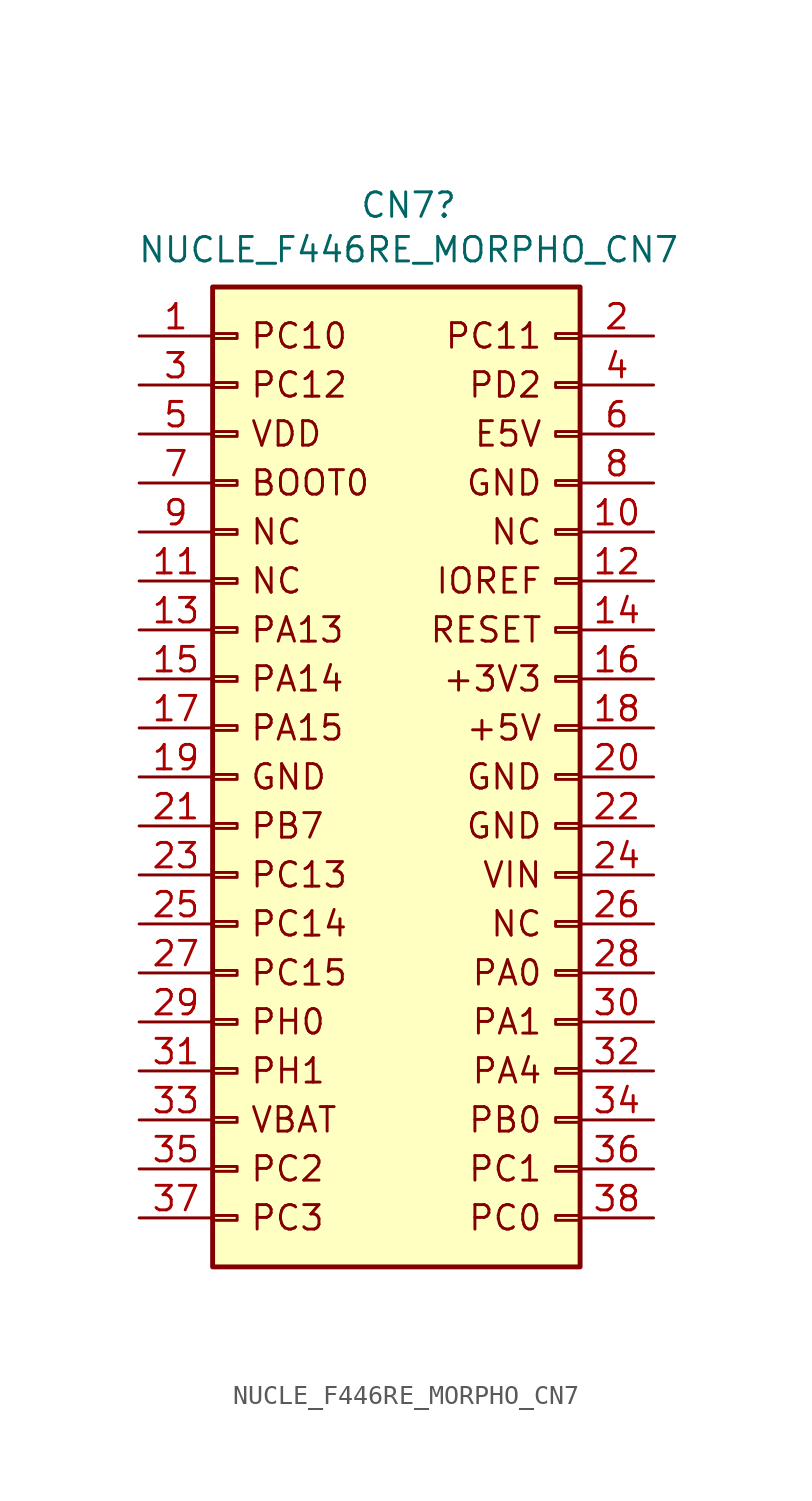
<source format=kicad_sym>
(kicad_symbol_lib
  (version 20211014)
  (generator kicad_symbol_editor)
  (symbol "NUCLE_F446RE_MORPHO_CN7"
    (pin_names
      (offset 1.016) hide)
    (property "Reference" "CN7"
      (at 0 29.642 0)
      (effects (font (size 1.27 1.27))))
    (property "Value" "NUCLE_F446RE_MORPHO_CN7"
      (at 0 27.33 0)
      (effects (font (size 1.27 1.27))))
    (symbol "NUCLE_F446RE_MORPHO_CN7_0_0"
      (text "+3V3" (at 6.985 5.08 0) (effects (font (size 1.27 1.27)) (justify right)))
      (text "+5V" (at 6.985 2.54 0) (effects (font (size 1.27 1.27)) (justify right)))
      (text "BOOT0" (at -8.255 15.24 0) (effects (font (size 1.27 1.27)) (justify left)))
      (text "E5V" (at 6.985 17.78 0) (effects (font (size 1.27 1.27)) (justify right)))
      (text "GND" (at -8.255 0 0) (effects (font (size 1.27 1.27)) (justify left)))
      (text "GND" (at 6.985 -2.54 0) (effects (font (size 1.27 1.27)) (justify right)))
      (text "GND" (at 6.985 0 0) (effects (font (size 1.27 1.27)) (justify right)))
      (text "GND" (at 6.985 15.24 0) (effects (font (size 1.27 1.27)) (justify right)))
      (text "IOREF" (at 6.985 10.16 0) (effects (font (size 1.27 1.27)) (justify right)))
      (text "NC" (at -8.255 10.16 0) (effects (font (size 1.27 1.27)) (justify left)))
      (text "NC" (at -8.255 12.7 0) (effects (font (size 1.27 1.27)) (justify left)))
      (text "NC" (at 6.985 -7.62 0) (effects (font (size 1.27 1.27)) (justify right)))
      (text "NC" (at 6.985 12.7 0) (effects (font (size 1.27 1.27)) (justify right)))
      (text "PA0" (at 6.985 -10.16 0) (effects (font (size 1.27 1.27)) (justify right)))
      (text "PA1" (at 6.985 -12.7 0) (effects (font (size 1.27 1.27)) (justify right)))
      (text "PA13" (at -8.255 7.62 0) (effects (font (size 1.27 1.27)) (justify left)))
      (text "PA14" (at -8.255 5.08 0) (effects (font (size 1.27 1.27)) (justify left)))
      (text "PA15" (at -8.255 2.54 0) (effects (font (size 1.27 1.27)) (justify left)))
      (text "PA4" (at 6.985 -15.24 0) (effects (font (size 1.27 1.27)) (justify right)))
      (text "PB0" (at 6.985 -17.78 0) (effects (font (size 1.27 1.27)) (justify right)))
      (text "PB7" (at -8.255 -2.54 0) (effects (font (size 1.27 1.27)) (justify left)))
      (text "PC0" (at 6.985 -22.86 0) (effects (font (size 1.27 1.27)) (justify right)))
      (text "PC1" (at 6.985 -20.32 0) (effects (font (size 1.27 1.27)) (justify right)))
      (text "PC10" (at -8.255 22.86 0) (effects (font (size 1.27 1.27)) (justify left)))
      (text "PC11" (at 6.985 22.86 0) (effects (font (size 1.27 1.27)) (justify right)))
      (text "PC12" (at -8.255 20.32 0) (effects (font (size 1.27 1.27)) (justify left)))
      (text "PC13" (at -8.255 -5.08 0) (effects (font (size 1.27 1.27)) (justify left)))
      (text "PC14" (at -8.255 -7.62 0) (effects (font (size 1.27 1.27)) (justify left)))
      (text "PC15" (at -8.255 -10.16 0) (effects (font (size 1.27 1.27)) (justify left)))
      (text "PC2" (at -8.255 -20.32 0) (effects (font (size 1.27 1.27)) (justify left)))
      (text "PC3" (at -8.255 -22.86 0) (effects (font (size 1.27 1.27)) (justify left)))
      (text "PD2" (at 6.985 20.32 0) (effects (font (size 1.27 1.27)) (justify right)))
      (text "PH0" (at -8.255 -12.7 0) (effects (font (size 1.27 1.27)) (justify left)))
      (text "PH1" (at -8.255 -15.24 0) (effects (font (size 1.27 1.27)) (justify left)))
      (text "RESET" (at 6.985 7.62 0) (effects (font (size 1.27 1.27)) (justify right)))
      (text "VBAT" (at -8.255 -17.78 0) (effects (font (size 1.27 1.27)) (justify left)))
      (text "VDD" (at -8.255 17.78 0) (effects (font (size 1.27 1.27)) (justify left)))
      (text "VIN" (at 6.985 -5.08 0) (effects (font (size 1.27 1.27)) (justify right))))
    (symbol "NUCLE_F446RE_MORPHO_CN7_1_1"
      (rectangle (start -10.16 -22.733) (end -8.89 -22.987) (stroke (width 0.152) (type default) (color 0 0 0 0)) (fill (type none)))
      (rectangle (start -10.16 -20.193) (end -8.89 -20.447) (stroke (width 0.152) (type default) (color 0 0 0 0)) (fill (type none)))
      (rectangle (start -10.16 -17.653) (end -8.89 -17.907) (stroke (width 0.152) (type default) (color 0 0 0 0)) (fill (type none)))
      (rectangle (start -10.16 -15.113) (end -8.89 -15.367) (stroke (width 0.152) (type default) (color 0 0 0 0)) (fill (type none)))
      (rectangle (start -10.16 -12.573) (end -8.89 -12.827) (stroke (width 0.152) (type default) (color 0 0 0 0)) (fill (type none)))
      (rectangle (start -10.16 -10.033) (end -8.89 -10.287) (stroke (width 0.152) (type default) (color 0 0 0 0)) (fill (type none)))
      (rectangle (start -10.16 -7.493) (end -8.89 -7.747) (stroke (width 0.152) (type default) (color 0 0 0 0)) (fill (type none)))
      (rectangle (start -10.16 -4.953) (end -8.89 -5.207) (stroke (width 0.152) (type default) (color 0 0 0 0)) (fill (type none)))
      (rectangle (start -10.16 -2.413) (end -8.89 -2.667) (stroke (width 0.152) (type default) (color 0 0 0 0)) (fill (type none)))
      (rectangle (start -10.16 0.127) (end -8.89 -0.127) (stroke (width 0.152) (type default) (color 0 0 0 0)) (fill (type none)))
      (rectangle (start -10.16 2.667) (end -8.89 2.413) (stroke (width 0.152) (type default) (color 0 0 0 0)) (fill (type none)))
      (rectangle (start -10.16 5.207) (end -8.89 4.953) (stroke (width 0.152) (type default) (color 0 0 0 0)) (fill (type none)))
      (rectangle (start -10.16 7.747) (end -8.89 7.493) (stroke (width 0.152) (type default) (color 0 0 0 0)) (fill (type none)))
      (rectangle (start -10.16 10.287) (end -8.89 10.033) (stroke (width 0.152) (type default) (color 0 0 0 0)) (fill (type none)))
      (rectangle (start -10.16 12.827) (end -8.89 12.573) (stroke (width 0.152) (type default) (color 0 0 0 0)) (fill (type none)))
      (rectangle (start -10.16 15.367) (end -8.89 15.113) (stroke (width 0.152) (type default) (color 0 0 0 0)) (fill (type none)))
      (rectangle (start -10.16 17.907) (end -8.89 17.653) (stroke (width 0.152) (type default) (color 0 0 0 0)) (fill (type none)))
      (rectangle (start -10.16 20.447) (end -8.89 20.193) (stroke (width 0.152) (type default) (color 0 0 0 0)) (fill (type none)))
      (rectangle (start -10.16 22.987) (end -8.89 22.733) (stroke (width 0.152) (type default) (color 0 0 0 0)) (fill (type none)))
      (rectangle (start -10.16 25.4) (end 8.89 -25.4) (stroke (width 0.254) (type default) (color 0 0 0 0)) (fill (type background)))
      (rectangle (start 8.89 -22.733) (end 7.62 -22.987) (stroke (width 0.152) (type default) (color 0 0 0 0)) (fill (type none)))
      (rectangle (start 8.89 -20.193) (end 7.62 -20.447) (stroke (width 0.152) (type default) (color 0 0 0 0)) (fill (type none)))
      (rectangle (start 8.89 -17.653) (end 7.62 -17.907) (stroke (width 0.152) (type default) (color 0 0 0 0)) (fill (type none)))
      (rectangle (start 8.89 -15.113) (end 7.62 -15.367) (stroke (width 0.152) (type default) (color 0 0 0 0)) (fill (type none)))
      (rectangle (start 8.89 -12.573) (end 7.62 -12.827) (stroke (width 0.152) (type default) (color 0 0 0 0)) (fill (type none)))
      (rectangle (start 8.89 -10.033) (end 7.62 -10.287) (stroke (width 0.152) (type default) (color 0 0 0 0)) (fill (type none)))
      (rectangle (start 8.89 -7.493) (end 7.62 -7.747) (stroke (width 0.152) (type default) (color 0 0 0 0)) (fill (type none)))
      (rectangle (start 8.89 -4.953) (end 7.62 -5.207) (stroke (width 0.152) (type default) (color 0 0 0 0)) (fill (type none)))
      (rectangle (start 8.89 -2.413) (end 7.62 -2.667) (stroke (width 0.152) (type default) (color 0 0 0 0)) (fill (type none)))
      (rectangle (start 8.89 0.127) (end 7.62 -0.127) (stroke (width 0.152) (type default) (color 0 0 0 0)) (fill (type none)))
      (rectangle (start 8.89 2.667) (end 7.62 2.413) (stroke (width 0.152) (type default) (color 0 0 0 0)) (fill (type none)))
      (rectangle (start 8.89 5.207) (end 7.62 4.953) (stroke (width 0.152) (type default) (color 0 0 0 0)) (fill (type none)))
      (rectangle (start 8.89 7.747) (end 7.62 7.493) (stroke (width 0.152) (type default) (color 0 0 0 0)) (fill (type none)))
      (rectangle (start 8.89 10.287) (end 7.62 10.033) (stroke (width 0.152) (type default) (color 0 0 0 0)) (fill (type none)))
      (rectangle (start 8.89 12.827) (end 7.62 12.573) (stroke (width 0.152) (type default) (color 0 0 0 0)) (fill (type none)))
      (rectangle (start 8.89 15.367) (end 7.62 15.113) (stroke (width 0.152) (type default) (color 0 0 0 0)) (fill (type none)))
      (rectangle (start 8.89 17.907) (end 7.62 17.653) (stroke (width 0.152) (type default) (color 0 0 0 0)) (fill (type none)))
      (rectangle (start 8.89 20.447) (end 7.62 20.193) (stroke (width 0.152) (type default) (color 0 0 0 0)) (fill (type none)))
      (rectangle (start 8.89 22.987) (end 7.62 22.733) (stroke (width 0.152) (type default) (color 0 0 0 0)) (fill (type none)))
      (pin passive line (at -13.97 22.86 0) (length 3.81) (name "Pin_1" (effects (font (size 1.27 1.27)))) (number "1" (effects (font (size 1.27 1.27)))))
      (pin passive line (at 12.7 12.7 180) (length 3.81) (name "Pin_10" (effects (font (size 1.27 1.27)))) (number "10" (effects (font (size 1.27 1.27)))))
      (pin passive line (at -13.97 10.16 0) (length 3.81) (name "Pin_11" (effects (font (size 1.27 1.27)))) (number "11" (effects (font (size 1.27 1.27)))))
      (pin passive line (at 12.7 10.16 180) (length 3.81) (name "Pin_12" (effects (font (size 1.27 1.27)))) (number "12" (effects (font (size 1.27 1.27)))))
      (pin passive line (at -13.97 7.62 0) (length 3.81) (name "Pin_13" (effects (font (size 1.27 1.27)))) (number "13" (effects (font (size 1.27 1.27)))))
      (pin passive line (at 12.7 7.62 180) (length 3.81) (name "Pin_14" (effects (font (size 1.27 1.27)))) (number "14" (effects (font (size 1.27 1.27)))))
      (pin passive line (at -13.97 5.08 0) (length 3.81) (name "Pin_15" (effects (font (size 1.27 1.27)))) (number "15" (effects (font (size 1.27 1.27)))))
      (pin passive line (at 12.7 5.08 180) (length 3.81) (name "Pin_16" (effects (font (size 1.27 1.27)))) (number "16" (effects (font (size 1.27 1.27)))))
      (pin passive line (at -13.97 2.54 0) (length 3.81) (name "Pin_17" (effects (font (size 1.27 1.27)))) (number "17" (effects (font (size 1.27 1.27)))))
      (pin passive line (at 12.7 2.54 180) (length 3.81) (name "Pin_18" (effects (font (size 1.27 1.27)))) (number "18" (effects (font (size 1.27 1.27)))))
      (pin passive line (at -13.97 0 0) (length 3.81) (name "Pin_19" (effects (font (size 1.27 1.27)))) (number "19" (effects (font (size 1.27 1.27)))))
      (pin passive line (at 12.7 22.86 180) (length 3.81) (name "Pin_2" (effects (font (size 1.27 1.27)))) (number "2" (effects (font (size 1.27 1.27)))))
      (pin passive line (at 12.7 0 180) (length 3.81) (name "Pin_20" (effects (font (size 1.27 1.27)))) (number "20" (effects (font (size 1.27 1.27)))))
      (pin passive line (at -13.97 -2.54 0) (length 3.81) (name "Pin_21" (effects (font (size 1.27 1.27)))) (number "21" (effects (font (size 1.27 1.27)))))
      (pin passive line (at 12.7 -2.54 180) (length 3.81) (name "Pin_22" (effects (font (size 1.27 1.27)))) (number "22" (effects (font (size 1.27 1.27)))))
      (pin passive line (at -13.97 -5.08 0) (length 3.81) (name "Pin_23" (effects (font (size 1.27 1.27)))) (number "23" (effects (font (size 1.27 1.27)))))
      (pin passive line (at 12.7 -5.08 180) (length 3.81) (name "Pin_24" (effects (font (size 1.27 1.27)))) (number "24" (effects (font (size 1.27 1.27)))))
      (pin passive line (at -13.97 -7.62 0) (length 3.81) (name "Pin_25" (effects (font (size 1.27 1.27)))) (number "25" (effects (font (size 1.27 1.27)))))
      (pin passive line (at 12.7 -7.62 180) (length 3.81) (name "Pin_26" (effects (font (size 1.27 1.27)))) (number "26" (effects (font (size 1.27 1.27)))))
      (pin passive line (at -13.97 -10.16 0) (length 3.81) (name "Pin_27" (effects (font (size 1.27 1.27)))) (number "27" (effects (font (size 1.27 1.27)))))
      (pin passive line (at 12.7 -10.16 180) (length 3.81) (name "Pin_28" (effects (font (size 1.27 1.27)))) (number "28" (effects (font (size 1.27 1.27)))))
      (pin passive line (at -13.97 -12.7 0) (length 3.81) (name "Pin_29" (effects (font (size 1.27 1.27)))) (number "29" (effects (font (size 1.27 1.27)))))
      (pin passive line (at -13.97 20.32 0) (length 3.81) (name "Pin_3" (effects (font (size 1.27 1.27)))) (number "3" (effects (font (size 1.27 1.27)))))
      (pin passive line (at 12.7 -12.7 180) (length 3.81) (name "Pin_30" (effects (font (size 1.27 1.27)))) (number "30" (effects (font (size 1.27 1.27)))))
      (pin passive line (at -13.97 -15.24 0) (length 3.81) (name "Pin_31" (effects (font (size 1.27 1.27)))) (number "31" (effects (font (size 1.27 1.27)))))
      (pin passive line (at 12.7 -15.24 180) (length 3.81) (name "Pin_32" (effects (font (size 1.27 1.27)))) (number "32" (effects (font (size 1.27 1.27)))))
      (pin passive line (at -13.97 -17.78 0) (length 3.81) (name "Pin_33" (effects (font (size 1.27 1.27)))) (number "33" (effects (font (size 1.27 1.27)))))
      (pin passive line (at 12.7 -17.78 180) (length 3.81) (name "Pin_34" (effects (font (size 1.27 1.27)))) (number "34" (effects (font (size 1.27 1.27)))))
      (pin passive line (at -13.97 -20.32 0) (length 3.81) (name "Pin_35" (effects (font (size 1.27 1.27)))) (number "35" (effects (font (size 1.27 1.27)))))
      (pin passive line (at 12.7 -20.32 180) (length 3.81) (name "Pin_36" (effects (font (size 1.27 1.27)))) (number "36" (effects (font (size 1.27 1.27)))))
      (pin passive line (at -13.97 -22.86 0) (length 3.81) (name "Pin_37" (effects (font (size 1.27 1.27)))) (number "37" (effects (font (size 1.27 1.27)))))
      (pin passive line (at 12.7 -22.86 180) (length 3.81) (name "Pin_38" (effects (font (size 1.27 1.27)))) (number "38" (effects (font (size 1.27 1.27)))))
      (pin passive line (at 12.7 20.32 180) (length 3.81) (name "Pin_4" (effects (font (size 1.27 1.27)))) (number "4" (effects (font (size 1.27 1.27)))))
      (pin passive line (at -13.97 17.78 0) (length 3.81) (name "Pin_5" (effects (font (size 1.27 1.27)))) (number "5" (effects (font (size 1.27 1.27)))))
      (pin passive line (at 12.7 17.78 180) (length 3.81) (name "Pin_6" (effects (font (size 1.27 1.27)))) (number "6" (effects (font (size 1.27 1.27)))))
      (pin passive line (at -13.97 15.24 0) (length 3.81) (name "Pin_7" (effects (font (size 1.27 1.27)))) (number "7" (effects (font (size 1.27 1.27)))))
      (pin passive line (at 12.7 15.24 180) (length 3.81) (name "Pin_8" (effects (font (size 1.27 1.27)))) (number "8" (effects (font (size 1.27 1.27)))))
      (pin passive line (at -13.97 12.7 0) (length 3.81) (name "Pin_9" (effects (font (size 1.27 1.27)))) (number "9" (effects (font (size 1.27 1.27))))))))
</source>
